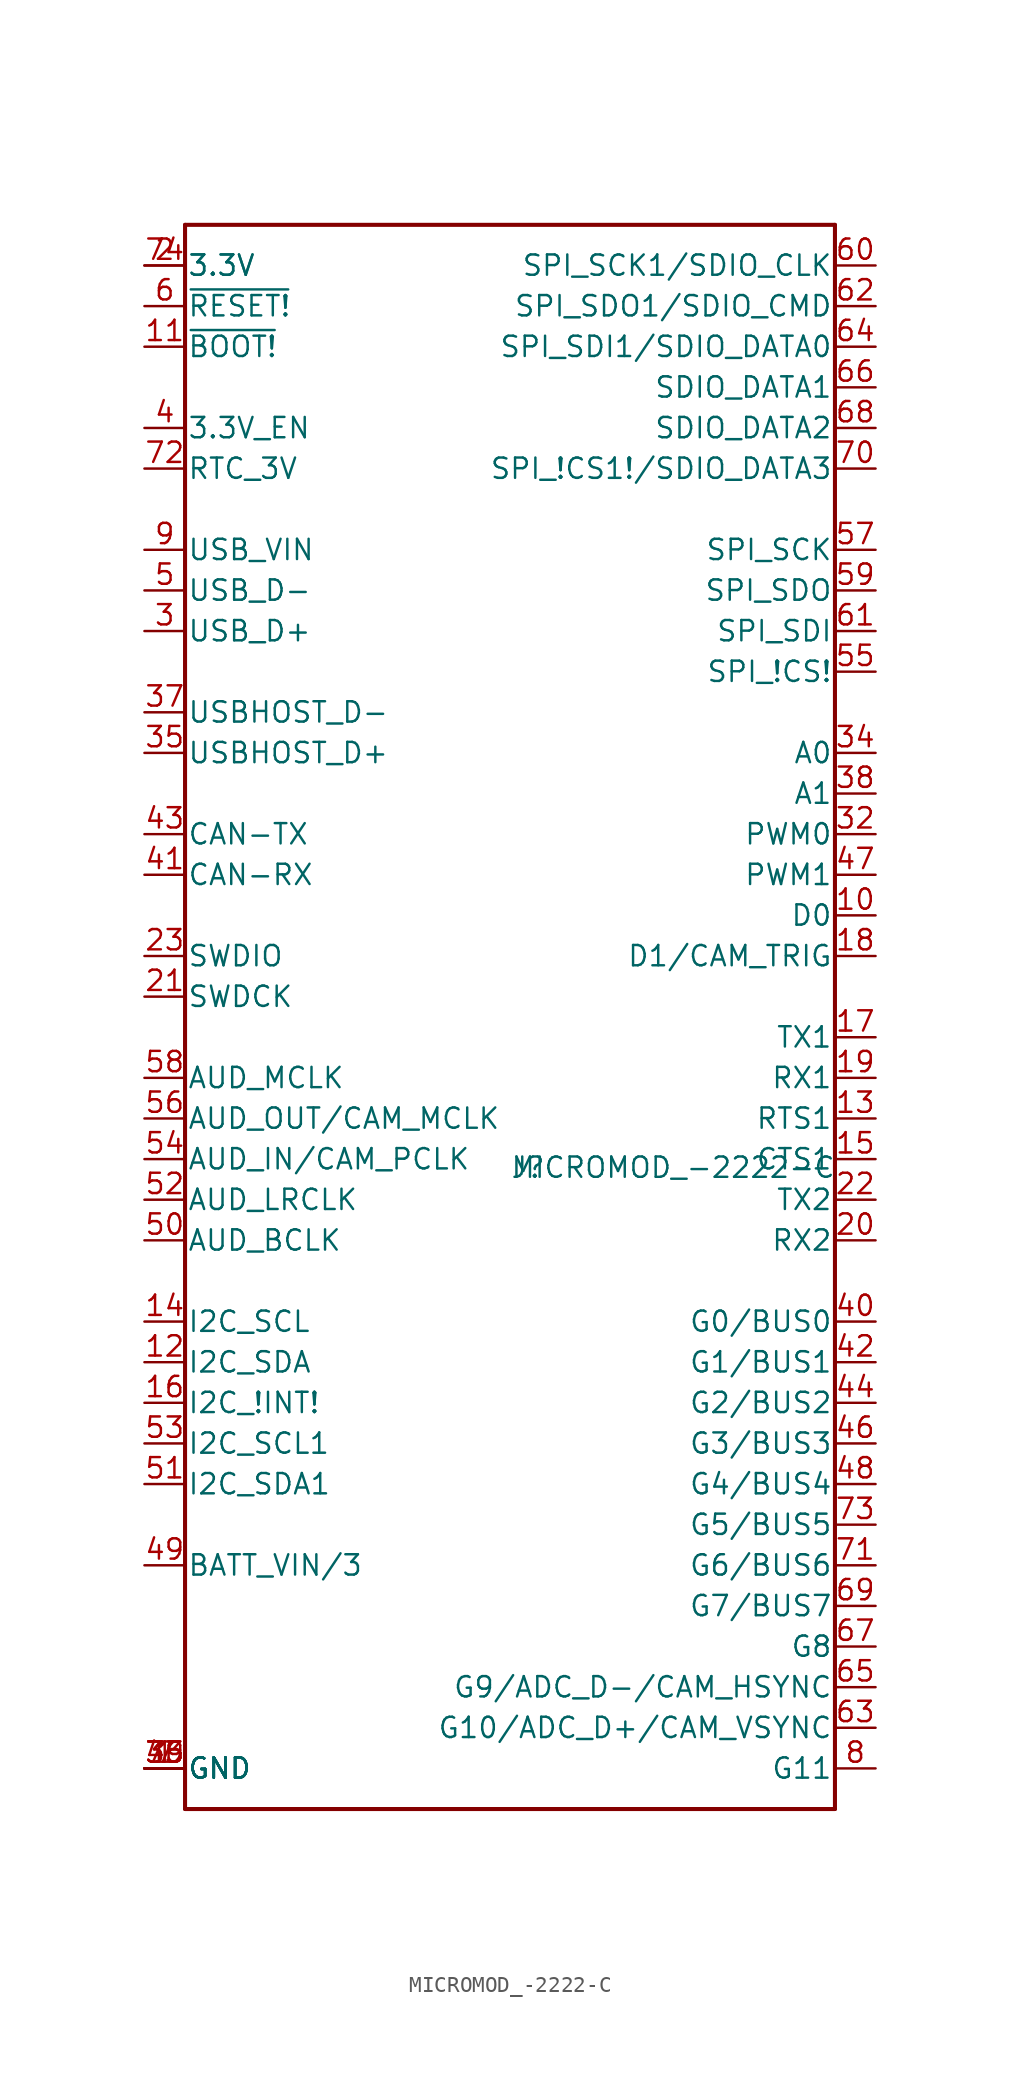
<source format=kicad_sym>
(kicad_symbol_lib
  (version 20211014)
  (generator kicad_symbol_editor)
  (symbol "MICROMOD_-2222-C"
    (pin_names
      (offset 0.127))
    (property "Reference" "J"
      (at 0 -6.35 0)
      (effects (font (size 1.27 1.27)) (justify left bottom)))
    (property "Value" "MICROMOD_-2222-C"
      (at 0 -6.35 0)
      (effects (font (size 1.27 1.27)) (justify left bottom)))
    (property "Datasheet" ""
      (at 0 -13.97 0)
      (effects (font (size 1.27 1.27)) (justify left bottom)))
    (symbol "MICROMOD_-2222-C_1_1"
      (polyline (pts (xy -20.32 -45.72) (xy -20.32 53.34)) (stroke (width 0.254) (type default) (color 0 0 0 0)) (fill (type none)))
      (polyline (pts (xy -20.32 53.34) (xy 20.32 53.34)) (stroke (width 0.254) (type default) (color 0 0 0 0)) (fill (type none)))
      (polyline (pts (xy 20.32 -45.72) (xy -20.32 -45.72)) (stroke (width 0.254) (type default) (color 0 0 0 0)) (fill (type none)))
      (polyline (pts (xy 20.32 53.34) (xy 20.32 -45.72)) (stroke (width 0.254) (type default) (color 0 0 0 0)) (fill (type none)))
      (pin bidirectional line (at -22.86 -43.18 0) (length 2.54) (name "GND" (effects (font (size 1.27 1.27)))) (number "1" (effects (font (size 1.27 1.27)))))
      (pin bidirectional line (at 22.86 10.16 180) (length 2.54) (name "D0" (effects (font (size 1.27 1.27)))) (number "10" (effects (font (size 1.27 1.27)))))
      (pin bidirectional line (at -22.86 45.72 0) (length 2.54) (name "~{BOOT!}" (effects (font (size 1.27 1.27)))) (number "11" (effects (font (size 1.27 1.27)))))
      (pin bidirectional line (at -22.86 -17.78 0) (length 2.54) (name "I2C_SDA" (effects (font (size 1.27 1.27)))) (number "12" (effects (font (size 1.27 1.27)))))
      (pin bidirectional line (at 22.86 -2.54 180) (length 2.54) (name "RTS1" (effects (font (size 1.27 1.27)))) (number "13" (effects (font (size 1.27 1.27)))))
      (pin bidirectional line (at -22.86 -15.24 0) (length 2.54) (name "I2C_SCL" (effects (font (size 1.27 1.27)))) (number "14" (effects (font (size 1.27 1.27)))))
      (pin bidirectional line (at 22.86 -5.08 180) (length 2.54) (name "CTS1" (effects (font (size 1.27 1.27)))) (number "15" (effects (font (size 1.27 1.27)))))
      (pin bidirectional line (at -22.86 -20.32 0) (length 2.54) (name "I2C_!INT!" (effects (font (size 1.27 1.27)))) (number "16" (effects (font (size 1.27 1.27)))))
      (pin bidirectional line (at 22.86 2.54 180) (length 2.54) (name "TX1" (effects (font (size 1.27 1.27)))) (number "17" (effects (font (size 1.27 1.27)))))
      (pin bidirectional line (at 22.86 7.62 180) (length 2.54) (name "D1/CAM_TRIG" (effects (font (size 1.27 1.27)))) (number "18" (effects (font (size 1.27 1.27)))))
      (pin bidirectional line (at 22.86 0 180) (length 2.54) (name "RX1" (effects (font (size 1.27 1.27)))) (number "19" (effects (font (size 1.27 1.27)))))
      (pin bidirectional line (at -22.86 50.8 0) (length 2.54) (name "3.3V" (effects (font (size 1.27 1.27)))) (number "2" (effects (font (size 1.27 1.27)))))
      (pin bidirectional line (at 22.86 -10.16 180) (length 2.54) (name "RX2" (effects (font (size 1.27 1.27)))) (number "20" (effects (font (size 1.27 1.27)))))
      (pin bidirectional line (at -22.86 5.08 0) (length 2.54) (name "SWDCK" (effects (font (size 1.27 1.27)))) (number "21" (effects (font (size 1.27 1.27)))))
      (pin bidirectional line (at 22.86 -7.62 180) (length 2.54) (name "TX2" (effects (font (size 1.27 1.27)))) (number "22" (effects (font (size 1.27 1.27)))))
      (pin bidirectional line (at -22.86 7.62 0) (length 2.54) (name "SWDIO" (effects (font (size 1.27 1.27)))) (number "23" (effects (font (size 1.27 1.27)))))
      (pin bidirectional line (at -22.86 27.94 0) (length 2.54) (name "USB_D+" (effects (font (size 1.27 1.27)))) (number "3" (effects (font (size 1.27 1.27)))))
      (pin bidirectional line (at 22.86 15.24 180) (length 2.54) (name "PWM0" (effects (font (size 1.27 1.27)))) (number "32" (effects (font (size 1.27 1.27)))))
      (pin bidirectional line (at -22.86 -43.18 0) (length 2.54) (name "GND" (effects (font (size 1.27 1.27)))) (number "33" (effects (font (size 1.27 1.27)))))
      (pin bidirectional line (at 22.86 20.32 180) (length 2.54) (name "A0" (effects (font (size 1.27 1.27)))) (number "34" (effects (font (size 1.27 1.27)))))
      (pin bidirectional line (at -22.86 20.32 0) (length 2.54) (name "USBHOST_D+" (effects (font (size 1.27 1.27)))) (number "35" (effects (font (size 1.27 1.27)))))
      (pin bidirectional line (at -22.86 -43.18 0) (length 2.54) (name "GND" (effects (font (size 1.27 1.27)))) (number "36" (effects (font (size 1.27 1.27)))))
      (pin bidirectional line (at -22.86 22.86 0) (length 2.54) (name "USBHOST_D-" (effects (font (size 1.27 1.27)))) (number "37" (effects (font (size 1.27 1.27)))))
      (pin bidirectional line (at 22.86 17.78 180) (length 2.54) (name "A1" (effects (font (size 1.27 1.27)))) (number "38" (effects (font (size 1.27 1.27)))))
      (pin bidirectional line (at -22.86 -43.18 0) (length 2.54) (name "GND" (effects (font (size 1.27 1.27)))) (number "39" (effects (font (size 1.27 1.27)))))
      (pin bidirectional line (at -22.86 40.64 0) (length 2.54) (name "3.3V_EN" (effects (font (size 1.27 1.27)))) (number "4" (effects (font (size 1.27 1.27)))))
      (pin bidirectional line (at 22.86 -15.24 180) (length 2.54) (name "G0/BUS0" (effects (font (size 1.27 1.27)))) (number "40" (effects (font (size 1.27 1.27)))))
      (pin bidirectional line (at -22.86 12.7 0) (length 2.54) (name "CAN-RX" (effects (font (size 1.27 1.27)))) (number "41" (effects (font (size 1.27 1.27)))))
      (pin bidirectional line (at 22.86 -17.78 180) (length 2.54) (name "G1/BUS1" (effects (font (size 1.27 1.27)))) (number "42" (effects (font (size 1.27 1.27)))))
      (pin bidirectional line (at -22.86 15.24 0) (length 2.54) (name "CAN-TX" (effects (font (size 1.27 1.27)))) (number "43" (effects (font (size 1.27 1.27)))))
      (pin bidirectional line (at 22.86 -20.32 180) (length 2.54) (name "G2/BUS2" (effects (font (size 1.27 1.27)))) (number "44" (effects (font (size 1.27 1.27)))))
      (pin bidirectional line (at -22.86 -43.18 0) (length 2.54) (name "GND" (effects (font (size 1.27 1.27)))) (number "45" (effects (font (size 1.27 1.27)))))
      (pin bidirectional line (at 22.86 -22.86 180) (length 2.54) (name "G3/BUS3" (effects (font (size 1.27 1.27)))) (number "46" (effects (font (size 1.27 1.27)))))
      (pin bidirectional line (at 22.86 12.7 180) (length 2.54) (name "PWM1" (effects (font (size 1.27 1.27)))) (number "47" (effects (font (size 1.27 1.27)))))
      (pin bidirectional line (at 22.86 -25.4 180) (length 2.54) (name "G4/BUS4" (effects (font (size 1.27 1.27)))) (number "48" (effects (font (size 1.27 1.27)))))
      (pin bidirectional line (at -22.86 -30.48 0) (length 2.54) (name "BATT_VIN/3" (effects (font (size 1.27 1.27)))) (number "49" (effects (font (size 1.27 1.27)))))
      (pin bidirectional line (at -22.86 30.48 0) (length 2.54) (name "USB_D-" (effects (font (size 1.27 1.27)))) (number "5" (effects (font (size 1.27 1.27)))))
      (pin bidirectional line (at -22.86 -10.16 0) (length 2.54) (name "AUD_BCLK" (effects (font (size 1.27 1.27)))) (number "50" (effects (font (size 1.27 1.27)))))
      (pin bidirectional line (at -22.86 -25.4 0) (length 2.54) (name "I2C_SDA1" (effects (font (size 1.27 1.27)))) (number "51" (effects (font (size 1.27 1.27)))))
      (pin bidirectional line (at -22.86 -7.62 0) (length 2.54) (name "AUD_LRCLK" (effects (font (size 1.27 1.27)))) (number "52" (effects (font (size 1.27 1.27)))))
      (pin bidirectional line (at -22.86 -22.86 0) (length 2.54) (name "I2C_SCL1" (effects (font (size 1.27 1.27)))) (number "53" (effects (font (size 1.27 1.27)))))
      (pin bidirectional line (at -22.86 -5.08 0) (length 2.54) (name "AUD_IN/CAM_PCLK" (effects (font (size 1.27 1.27)))) (number "54" (effects (font (size 1.27 1.27)))))
      (pin bidirectional line (at 22.86 25.4 180) (length 2.54) (name "SPI_!CS!" (effects (font (size 1.27 1.27)))) (number "55" (effects (font (size 1.27 1.27)))))
      (pin bidirectional line (at -22.86 -2.54 0) (length 2.54) (name "AUD_OUT/CAM_MCLK" (effects (font (size 1.27 1.27)))) (number "56" (effects (font (size 1.27 1.27)))))
      (pin bidirectional line (at 22.86 33.02 180) (length 2.54) (name "SPI_SCK" (effects (font (size 1.27 1.27)))) (number "57" (effects (font (size 1.27 1.27)))))
      (pin bidirectional line (at -22.86 0 0) (length 2.54) (name "AUD_MCLK" (effects (font (size 1.27 1.27)))) (number "58" (effects (font (size 1.27 1.27)))))
      (pin bidirectional line (at 22.86 30.48 180) (length 2.54) (name "SPI_SDO" (effects (font (size 1.27 1.27)))) (number "59" (effects (font (size 1.27 1.27)))))
      (pin bidirectional line (at -22.86 48.26 0) (length 2.54) (name "~{RESET!}" (effects (font (size 1.27 1.27)))) (number "6" (effects (font (size 1.27 1.27)))))
      (pin bidirectional line (at 22.86 50.8 180) (length 2.54) (name "SPI_SCK1/SDIO_CLK" (effects (font (size 1.27 1.27)))) (number "60" (effects (font (size 1.27 1.27)))))
      (pin bidirectional line (at 22.86 27.94 180) (length 2.54) (name "SPI_SDI" (effects (font (size 1.27 1.27)))) (number "61" (effects (font (size 1.27 1.27)))))
      (pin bidirectional line (at 22.86 48.26 180) (length 2.54) (name "SPI_SDO1/SDIO_CMD" (effects (font (size 1.27 1.27)))) (number "62" (effects (font (size 1.27 1.27)))))
      (pin bidirectional line (at 22.86 -40.64 180) (length 2.54) (name "G10/ADC_D+/CAM_VSYNC" (effects (font (size 1.27 1.27)))) (number "63" (effects (font (size 1.27 1.27)))))
      (pin bidirectional line (at 22.86 45.72 180) (length 2.54) (name "SPI_SDI1/SDIO_DATA0" (effects (font (size 1.27 1.27)))) (number "64" (effects (font (size 1.27 1.27)))))
      (pin bidirectional line (at 22.86 -38.1 180) (length 2.54) (name "G9/ADC_D-/CAM_HSYNC" (effects (font (size 1.27 1.27)))) (number "65" (effects (font (size 1.27 1.27)))))
      (pin bidirectional line (at 22.86 43.18 180) (length 2.54) (name "SDIO_DATA1" (effects (font (size 1.27 1.27)))) (number "66" (effects (font (size 1.27 1.27)))))
      (pin bidirectional line (at 22.86 -35.56 180) (length 2.54) (name "G8" (effects (font (size 1.27 1.27)))) (number "67" (effects (font (size 1.27 1.27)))))
      (pin bidirectional line (at 22.86 40.64 180) (length 2.54) (name "SDIO_DATA2" (effects (font (size 1.27 1.27)))) (number "68" (effects (font (size 1.27 1.27)))))
      (pin bidirectional line (at 22.86 -33.02 180) (length 2.54) (name "G7/BUS7" (effects (font (size 1.27 1.27)))) (number "69" (effects (font (size 1.27 1.27)))))
      (pin bidirectional line (at -22.86 -43.18 0) (length 2.54) (name "GND" (effects (font (size 1.27 1.27)))) (number "7" (effects (font (size 1.27 1.27)))))
      (pin bidirectional line (at 22.86 38.1 180) (length 2.54) (name "SPI_!CS1!/SDIO_DATA3" (effects (font (size 1.27 1.27)))) (number "70" (effects (font (size 1.27 1.27)))))
      (pin bidirectional line (at 22.86 -30.48 180) (length 2.54) (name "G6/BUS6" (effects (font (size 1.27 1.27)))) (number "71" (effects (font (size 1.27 1.27)))))
      (pin bidirectional line (at -22.86 38.1 0) (length 2.54) (name "RTC_3V" (effects (font (size 1.27 1.27)))) (number "72" (effects (font (size 1.27 1.27)))))
      (pin bidirectional line (at 22.86 -27.94 180) (length 2.54) (name "G5/BUS5" (effects (font (size 1.27 1.27)))) (number "73" (effects (font (size 1.27 1.27)))))
      (pin bidirectional line (at -22.86 50.8 0) (length 2.54) (name "3.3V" (effects (font (size 1.27 1.27)))) (number "74" (effects (font (size 1.27 1.27)))))
      (pin bidirectional line (at -22.86 -43.18 0) (length 2.54) (name "GND" (effects (font (size 1.27 1.27)))) (number "75" (effects (font (size 1.27 1.27)))))
      (pin bidirectional line (at 22.86 -43.18 180) (length 2.54) (name "G11" (effects (font (size 1.27 1.27)))) (number "8" (effects (font (size 1.27 1.27)))))
      (pin bidirectional line (at -22.86 33.02 0) (length 2.54) (name "USB_VIN" (effects (font (size 1.27 1.27)))) (number "9" (effects (font (size 1.27 1.27))))))))
</source>
